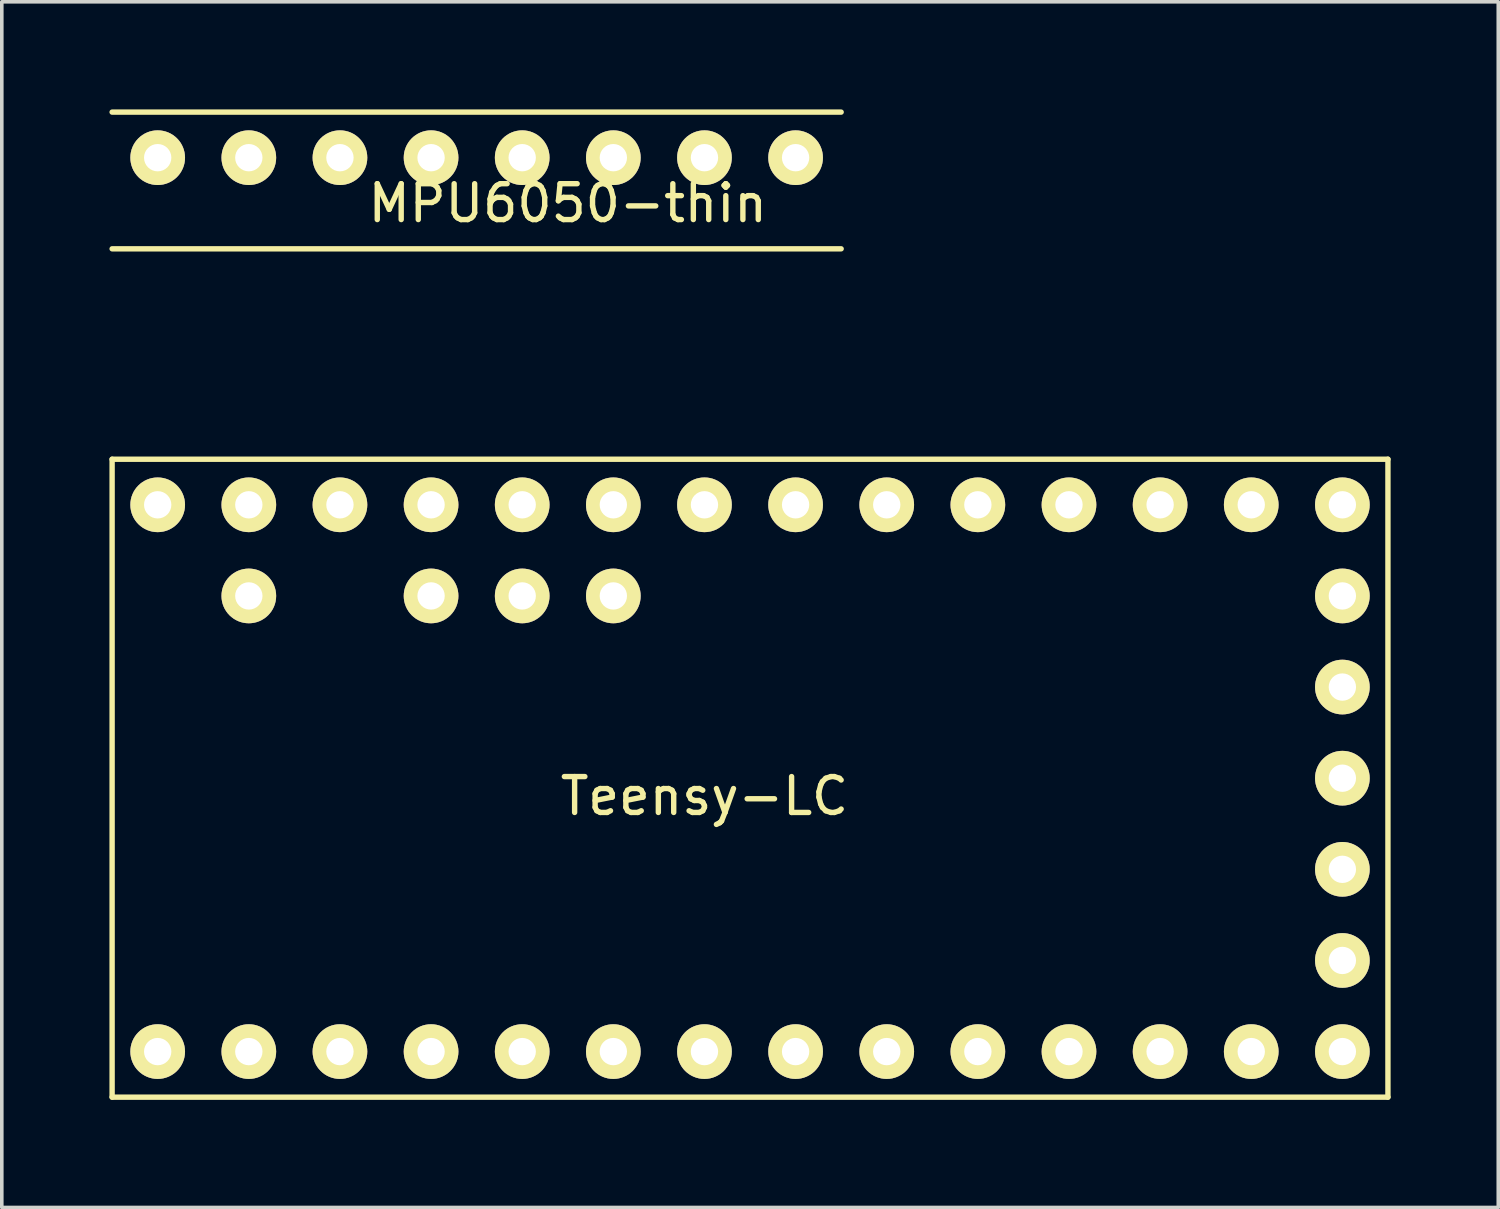
<source format=kicad_pcb>
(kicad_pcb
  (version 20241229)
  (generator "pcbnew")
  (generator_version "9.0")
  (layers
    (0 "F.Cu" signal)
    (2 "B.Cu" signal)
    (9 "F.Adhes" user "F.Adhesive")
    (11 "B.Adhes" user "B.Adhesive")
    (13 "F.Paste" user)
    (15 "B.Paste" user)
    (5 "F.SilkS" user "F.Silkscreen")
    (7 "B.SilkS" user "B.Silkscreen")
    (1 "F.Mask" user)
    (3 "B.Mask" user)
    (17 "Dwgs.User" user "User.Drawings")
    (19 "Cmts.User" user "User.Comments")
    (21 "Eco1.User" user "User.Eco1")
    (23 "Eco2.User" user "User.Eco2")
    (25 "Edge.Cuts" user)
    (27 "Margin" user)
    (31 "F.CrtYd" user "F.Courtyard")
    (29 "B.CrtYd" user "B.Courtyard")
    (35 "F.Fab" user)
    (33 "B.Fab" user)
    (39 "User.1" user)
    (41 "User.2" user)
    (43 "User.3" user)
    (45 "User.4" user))
  (footprint "Teensy-LC"
    (layer "F.Cu")
    (at 16.585 18.64)
    (property "Reference" "Teensy-LC" (at 0 0.5 0) (layer "F.SilkS") (effects (font (size 1 1) (thickness 0.15))))
    (attr through_hole)
    (fp_line (start -16.51 -8.89) (end 19.05 -8.89) (stroke (width 0.15) (type solid)) (layer "F.SilkS"))
    (fp_line (start -16.51 8.89) (end -16.51 -8.89) (stroke (width 0.15) (type solid)) (layer "F.SilkS"))
    (fp_line (start 19.05 -8.89) (end 19.05 8.89) (stroke (width 0.15) (type solid)) (layer "F.SilkS"))
    (fp_line (start 19.05 8.89) (end -16.51 8.89) (stroke (width 0.15) (type solid)) (layer "F.SilkS"))
    (pad "0" thru_hole circle (at -12.7 7.62) (size 1.524 1.524) (drill 0.762) (layers "*.Cu" "*.Mask" "F.SilkS"))
    (pad "1" thru_hole circle (at -12.7 -5.08) (size 1.524 1.524) (drill 0.762) (layers "*.Cu" "*.Mask" "F.SilkS"))
    (pad "1" thru_hole circle (at -10.16 7.62) (size 1.524 1.524) (drill 0.762) (layers "*.Cu" "*.Mask" "F.SilkS"))
    (pad "2" thru_hole circle (at -7.62 -5.08) (size 1.524 1.524) (drill 0.762) (layers "*.Cu" "*.Mask" "F.SilkS"))
    (pad "2" thru_hole circle (at -7.62 7.62) (size 1.524 1.524) (drill 0.762) (layers "*.Cu" "*.Mask" "F.SilkS"))
    (pad "3" thru_hole circle (at -5.08 -5.08) (size 1.524 1.524) (drill 0.762) (layers "*.Cu" "*.Mask" "F.SilkS"))
    (pad "3" thru_hole circle (at -5.08 7.62) (size 1.524 1.524) (drill 0.762) (layers "*.Cu" "*.Mask" "F.SilkS"))
    (pad "3.3v" thru_hole circle (at -10.16 -7.62) (size 1.524 1.524) (drill 0.762) (layers "*.Cu" "*.Mask" "F.SilkS"))
    (pad "3.3v" thru_hole circle (at 17.78 2.54) (size 1.524 1.524) (drill 0.762) (layers "*.Cu" "*.Mask" "F.SilkS"))
    (pad "4" thru_hole circle (at -2.54 -5.08) (size 1.524 1.524) (drill 0.762) (layers "*.Cu" "*.Mask" "F.SilkS"))
    (pad "4" thru_hole circle (at -2.54 7.62) (size 1.524 1.524) (drill 0.762) (layers "*.Cu" "*.Mask" "F.SilkS"))
    (pad "5v" thru_hole circle (at -15.24 -7.62) (size 1.524 1.524) (drill 0.762) (layers "*.Cu" "*.Mask" "F.SilkS"))
    (pad "13" thru_hole circle (at 0 7.62) (size 1.524 1.524) (drill 0.762) (layers "*.Cu" "*.Mask" "F.SilkS"))
    (pad "14" thru_hole circle (at 2.54 7.62) (size 1.524 1.524) (drill 0.762) (layers "*.Cu" "*.Mask" "F.SilkS"))
    (pad "15" thru_hole circle (at 5.08 7.62) (size 1.524 1.524) (drill 0.762) (layers "*.Cu" "*.Mask" "F.SilkS"))
    (pad "16" thru_hole circle (at 7.62 7.62) (size 1.524 1.524) (drill 0.762) (layers "*.Cu" "*.Mask" "F.SilkS"))
    (pad "17" thru_hole circle (at 10.16 7.62) (size 1.524 1.524) (drill 0.762) (layers "*.Cu" "*.Mask" "F.SilkS"))
    (pad "18" thru_hole circle (at 12.7 7.62) (size 1.524 1.524) (drill 0.762) (layers "*.Cu" "*.Mask" "F.SilkS"))
    (pad "19" thru_hole circle (at 15.24 7.62) (size 1.524 1.524) (drill 0.762) (layers "*.Cu" "*.Mask" "F.SilkS"))
    (pad "20" thru_hole circle (at 17.78 7.62) (size 1.524 1.524) (drill 0.762) (layers "*.Cu" "*.Mask" "F.SilkS"))
    (pad "23" thru_hole circle (at -7.62 -7.62) (size 1.524 1.524) (drill 0.762) (layers "*.Cu" "*.Mask" "F.SilkS"))
    (pad "24" thru_hole circle (at -5.08 -7.62) (size 1.524 1.524) (drill 0.762) (layers "*.Cu" "*.Mask" "F.SilkS"))
    (pad "25" thru_hole circle (at -2.54 -7.62) (size 1.524 1.524) (drill 0.762) (layers "*.Cu" "*.Mask" "F.SilkS"))
    (pad "26" thru_hole circle (at 0 -7.62) (size 1.524 1.524) (drill 0.762) (layers "*.Cu" "*.Mask" "F.SilkS"))
    (pad "27" thru_hole circle (at 2.54 -7.62) (size 1.524 1.524) (drill 0.762) (layers "*.Cu" "*.Mask" "F.SilkS"))
    (pad "28" thru_hole circle (at 5.08 -7.62) (size 1.524 1.524) (drill 0.762) (layers "*.Cu" "*.Mask" "F.SilkS"))
    (pad "29" thru_hole circle (at 7.62 -7.62) (size 1.524 1.524) (drill 0.762) (layers "*.Cu" "*.Mask" "F.SilkS"))
    (pad "30" thru_hole circle (at 10.16 -7.62) (size 1.524 1.524) (drill 0.762) (layers "*.Cu" "*.Mask" "F.SilkS"))
    (pad "31" thru_hole circle (at 12.7 -7.62) (size 1.524 1.524) (drill 0.762) (layers "*.Cu" "*.Mask" "F.SilkS"))
    (pad "32" thru_hole circle (at 15.24 -7.62) (size 1.524 1.524) (drill 0.762) (layers "*.Cu" "*.Mask" "F.SilkS"))
    (pad "33" thru_hole circle (at 17.78 -7.62) (size 1.524 1.524) (drill 0.762) (layers "*.Cu" "*.Mask" "F.SilkS"))
    (pad "34" thru_hole circle (at 17.78 -5.08) (size 1.524 1.524) (drill 0.762) (layers "*.Cu" "*.Mask" "F.SilkS"))
    (pad "35" thru_hole circle (at 17.78 -2.54) (size 1.524 1.524) (drill 0.762) (layers "*.Cu" "*.Mask" "F.SilkS"))
    (pad "38" thru_hole circle (at 17.78 5.08) (size 1.524 1.524) (drill 0.762) (layers "*.Cu" "*.Mask" "F.SilkS"))
    (pad "GND" thru_hole circle (at -15.24 7.62) (size 1.524 1.524) (drill 0.762) (layers "*.Cu" "*.Mask" "F.SilkS"))
    (pad "GND" thru_hole circle (at -12.7 -7.62) (size 1.524 1.524) (drill 0.762) (layers "*.Cu" "*.Mask" "F.SilkS"))
    (pad "GND" thru_hole circle (at 17.78 0) (size 1.524 1.524) (drill 0.762) (layers "*.Cu" "*.Mask" "F.SilkS")))
  (footprint "MPU6050-thin"
    (layer "F.Cu")
    (at 8.965 6.425)
    (property "Reference" "MPU6050-thin" (at 3.81 -3.81 0) (layer "F.SilkS") (effects (font (size 1 1) (thickness 0.15))))
    (attr through_hole)
    (fp_line (start -8.89 -6.35) (end 11.43 -6.35) (stroke (width 0.15) (type solid)) (layer "F.SilkS"))
    (fp_line (start 11.43 -2.54) (end -8.89 -2.54) (stroke (width 0.15) (type solid)) (layer "F.SilkS"))
    (pad "1" thru_hole circle (at -7.62 -5.08) (size 1.524 1.524) (drill 0.762) (layers "*.Cu" "*.Mask" "F.SilkS"))
    (pad "2" thru_hole circle (at -5.08 -5.08) (size 1.524 1.524) (drill 0.762) (layers "*.Cu" "*.Mask" "F.SilkS"))
    (pad "3" thru_hole circle (at -2.54 -5.08) (size 1.524 1.524) (drill 0.762) (layers "*.Cu" "*.Mask" "F.SilkS"))
    (pad "4" thru_hole circle (at 0 -5.08) (size 1.524 1.524) (drill 0.762) (layers "*.Cu" "*.Mask" "F.SilkS"))
    (pad "5" thru_hole circle (at 2.54 -5.08) (size 1.524 1.524) (drill 0.762) (layers "*.Cu" "*.Mask" "F.SilkS"))
    (pad "6" thru_hole circle (at 5.08 -5.08) (size 1.524 1.524) (drill 0.762) (layers "*.Cu" "*.Mask" "F.SilkS"))
    (pad "7" thru_hole circle (at 7.62 -5.08) (size 1.524 1.524) (drill 0.762) (layers "*.Cu" "*.Mask" "F.SilkS"))
    (pad "8" thru_hole circle (at 10.16 -5.08) (size 1.524 1.524) (drill 0.762) (layers "*.Cu" "*.Mask" "F.SilkS")))
  (gr_rect
    (start -3 -3)
    (end 38.71 30.605)
    (stroke (width 0.1) (type default))
    (fill no)
    (layer "Edge.Cuts")))
</source>
